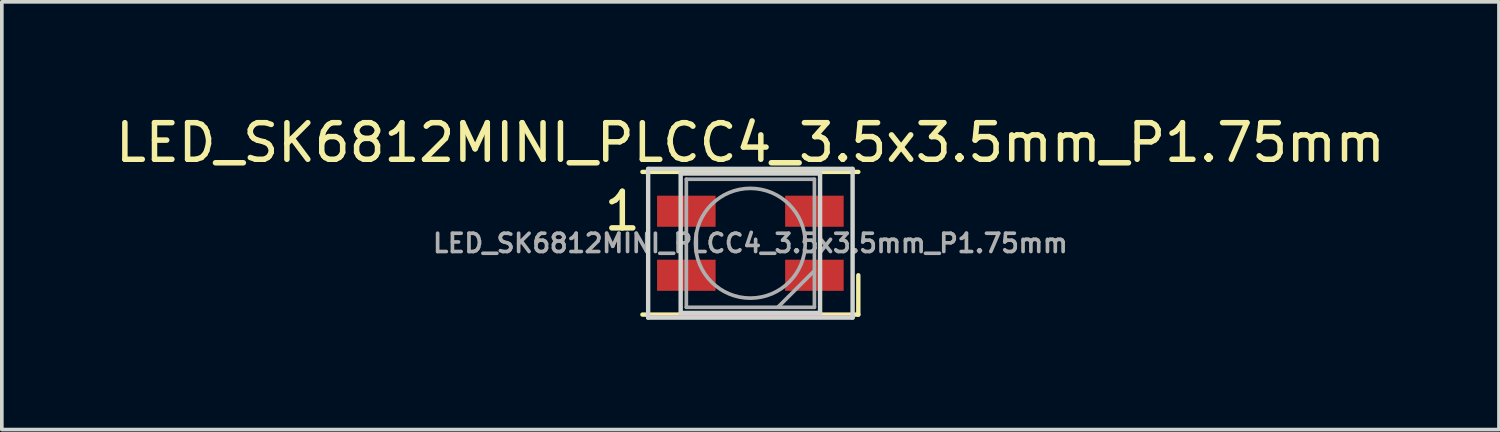
<source format=kicad_pcb>
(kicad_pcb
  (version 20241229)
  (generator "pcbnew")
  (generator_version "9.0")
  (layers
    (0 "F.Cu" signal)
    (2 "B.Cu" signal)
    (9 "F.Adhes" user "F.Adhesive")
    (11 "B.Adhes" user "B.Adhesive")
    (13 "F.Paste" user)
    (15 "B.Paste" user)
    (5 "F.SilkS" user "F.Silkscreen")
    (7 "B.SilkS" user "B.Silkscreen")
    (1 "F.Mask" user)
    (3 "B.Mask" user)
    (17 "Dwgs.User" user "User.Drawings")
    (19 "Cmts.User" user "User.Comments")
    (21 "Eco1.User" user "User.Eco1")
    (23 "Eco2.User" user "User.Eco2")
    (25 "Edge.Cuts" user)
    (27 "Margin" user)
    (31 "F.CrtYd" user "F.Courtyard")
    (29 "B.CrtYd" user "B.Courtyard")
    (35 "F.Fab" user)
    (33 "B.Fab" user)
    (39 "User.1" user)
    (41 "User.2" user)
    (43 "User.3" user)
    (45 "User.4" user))
  (footprint "LED_SK6812MINI_PLCC4_3.5x3.5mm_P1.75mm"
    (layer "F.Cu")
    (at 17.458 3.598)
    (property "Reference" "LED_SK6812MINI_PLCC4_3.5x3.5mm_P1.75mm" (at 0 -2.75 0) (layer "F.SilkS") (effects (font (size 1 1) (thickness 0.15))))
    (attr smd)
    (fp_line (start -2.95 -1.95) (end 2.95 -1.95) (stroke (width 0.12) (type solid)) (layer "F.SilkS"))
    (fp_line (start -2.95 1.95) (end 2.95 1.95) (stroke (width 0.12) (type solid)) (layer "F.SilkS"))
    (fp_line (start 2.95 1.95) (end 2.95 0.875) (stroke (width 0.12) (type solid)) (layer "F.SilkS"))
    (fp_line (start -2.794 -2.032) (end -2.794 2.032) (stroke (width 0.12) (type solid)) (layer "Edge.Cuts"))
    (fp_line (start -2.794 2.032) (end 2.794 2.032) (stroke (width 0.12) (type solid)) (layer "Edge.Cuts"))
    (fp_line (start -1.905 -1.905) (end -1.905 1.905) (stroke (width 0.12) (type solid)) (layer "Edge.Cuts"))
    (fp_line (start -1.905 1.905) (end 1.905 1.905) (stroke (width 0.12) (type solid)) (layer "Edge.Cuts"))
    (fp_line (start 1.905 -1.905) (end -1.905 -1.905) (stroke (width 0.12) (type solid)) (layer "Edge.Cuts"))
    (fp_line (start 1.905 1.905) (end 1.905 -1.905) (stroke (width 0.12) (type solid)) (layer "Edge.Cuts"))
    (fp_line (start 2.794 -2.032) (end -2.794 -2.032) (stroke (width 0.12) (type solid)) (layer "Edge.Cuts"))
    (fp_line (start 2.794 2.032) (end 2.794 -2.032) (stroke (width 0.12) (type solid)) (layer "Edge.Cuts"))
    (fp_line (start -2.8 -2) (end -2.8 2) (stroke (width 0.05) (type solid)) (layer "F.CrtYd"))
    (fp_line (start -2.8 2) (end 2.8 2) (stroke (width 0.05) (type solid)) (layer "F.CrtYd"))
    (fp_line (start 2.8 -2) (end -2.8 -2) (stroke (width 0.05) (type solid)) (layer "F.CrtYd"))
    (fp_line (start 2.8 2) (end 2.8 -2) (stroke (width 0.05) (type solid)) (layer "F.CrtYd"))
    (fp_line (start -1.75 -1.75) (end -1.75 1.75) (stroke (width 0.1) (type solid)) (layer "F.Fab"))
    (fp_line (start -1.75 1.75) (end 1.75 1.75) (stroke (width 0.1) (type solid)) (layer "F.Fab"))
    (fp_line (start 1.75 -1.75) (end -1.75 -1.75) (stroke (width 0.1) (type solid)) (layer "F.Fab"))
    (fp_line (start 1.75 0.75) (end 0.75 1.75) (stroke (width 0.1) (type solid)) (layer "F.Fab"))
    (fp_line (start 1.75 1.75) (end 1.75 -1.75) (stroke (width 0.1) (type solid)) (layer "F.Fab"))
    (fp_circle (center 0 0) (end 0 -1.5) (stroke (width 0.1) (type solid)) (fill no) (layer "F.Fab"))
    (fp_text user "1" (at -3.5 -0.875 0) (layer "F.SilkS") (effects (font (size 1 1) (thickness 0.15))))
    (fp_text user "${REFERENCE}" (at 0 0 0) (layer "F.Fab") (effects (font (size 0.5 0.5) (thickness 0.1))))
    (pad "1" smd rect (at -1.75 -0.875) (size 1.6 0.85) (layers "F.Cu" "F.Mask" "F.Paste"))
    (pad "2" smd rect (at -1.75 0.875) (size 1.6 0.85) (layers "F.Cu" "F.Mask" "F.Paste"))
    (pad "3" smd rect (at 1.75 0.875) (size 1.6 0.85) (layers "F.Cu" "F.Mask" "F.Paste"))
    (pad "4" smd rect (at 1.75 -0.875) (size 1.6 0.85) (layers "F.Cu" "F.Mask" "F.Paste")))
  (gr_rect
    (start -3 -3)
    (end 37.917 8.69)
    (stroke (width 0.1) (type default))
    (fill no)
    (layer "Edge.Cuts")))
</source>
